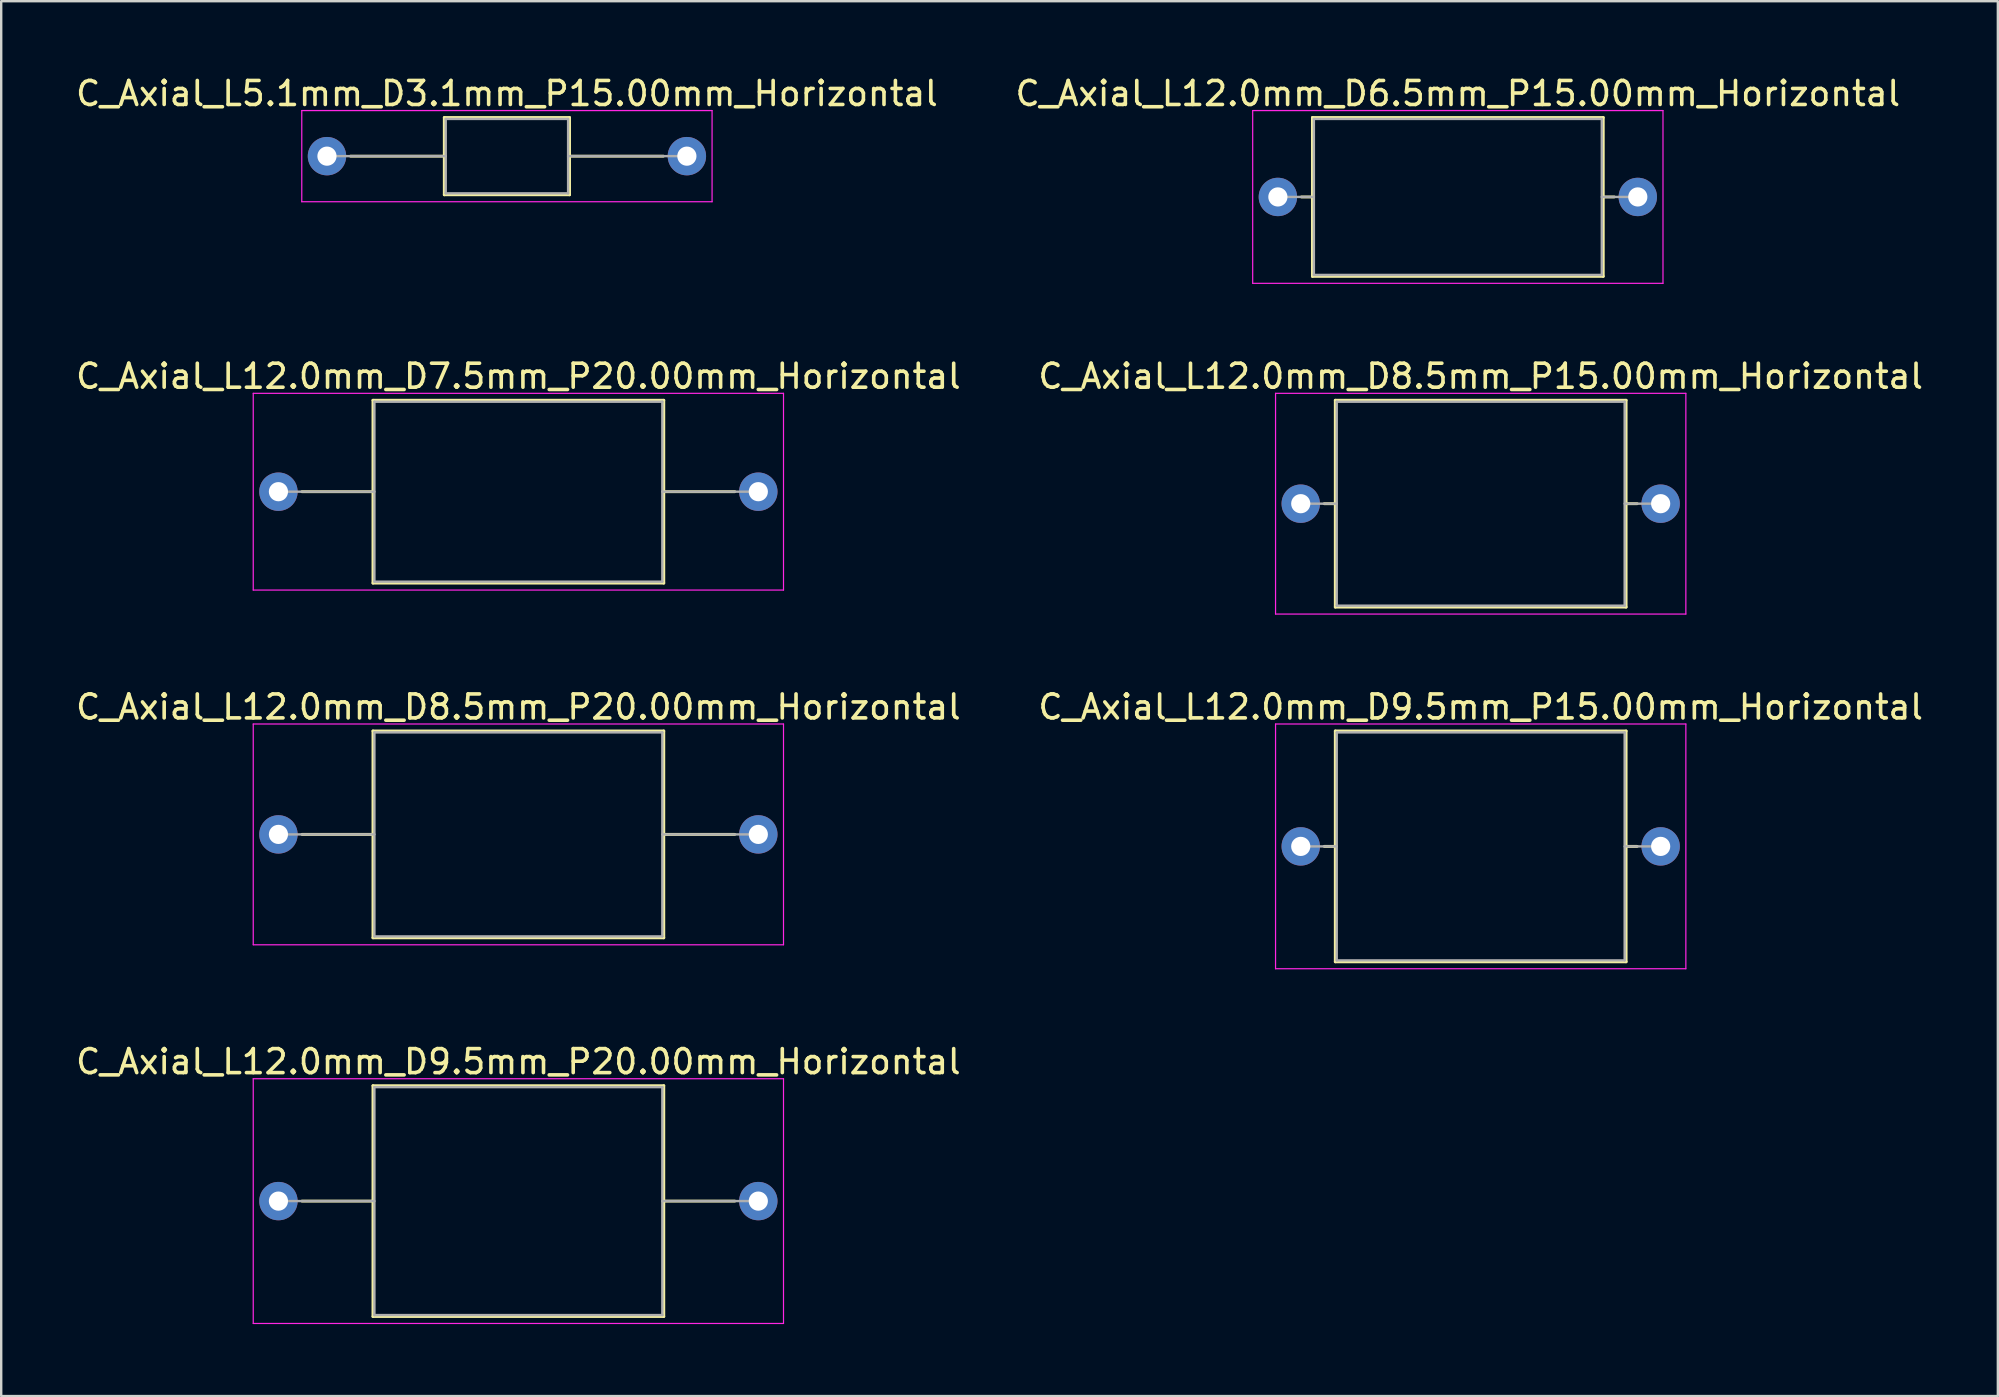
<source format=kicad_pcb>
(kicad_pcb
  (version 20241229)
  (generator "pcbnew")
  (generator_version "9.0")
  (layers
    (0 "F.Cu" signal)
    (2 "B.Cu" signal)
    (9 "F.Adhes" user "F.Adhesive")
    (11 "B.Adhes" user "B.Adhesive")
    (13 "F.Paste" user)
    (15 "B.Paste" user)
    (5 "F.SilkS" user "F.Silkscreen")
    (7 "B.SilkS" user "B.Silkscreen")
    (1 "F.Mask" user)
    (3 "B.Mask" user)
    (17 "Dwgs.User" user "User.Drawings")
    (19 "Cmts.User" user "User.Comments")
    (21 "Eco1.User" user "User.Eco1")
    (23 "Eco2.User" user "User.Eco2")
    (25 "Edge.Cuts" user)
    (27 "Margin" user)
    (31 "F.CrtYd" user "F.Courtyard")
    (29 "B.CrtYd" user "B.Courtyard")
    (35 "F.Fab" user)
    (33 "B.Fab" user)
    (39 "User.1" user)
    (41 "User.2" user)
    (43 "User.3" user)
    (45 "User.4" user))
  (footprint "C_Axial_L5.1mm_D3.1mm_P15.00mm_Horizontal"
    (layer "F.Cu")
    (at 10.577 3.458)
    (property "Reference" "C_Axial_L5.1mm_D3.1mm_P15.00mm_Horizontal" (at 7.5 -2.61 0) (layer "F.SilkS") (effects (font (size 1 1) (thickness 0.15))))
    (attr through_hole)
    (fp_line (start 0.98 0) (end 4.89 0) (stroke (width 0.12) (type solid)) (layer "F.SilkS"))
    (fp_line (start 4.89 -1.61) (end 4.89 1.61) (stroke (width 0.12) (type solid)) (layer "F.SilkS"))
    (fp_line (start 4.89 1.61) (end 10.11 1.61) (stroke (width 0.12) (type solid)) (layer "F.SilkS"))
    (fp_line (start 10.11 -1.61) (end 4.89 -1.61) (stroke (width 0.12) (type solid)) (layer "F.SilkS"))
    (fp_line (start 10.11 1.61) (end 10.11 -1.61) (stroke (width 0.12) (type solid)) (layer "F.SilkS"))
    (fp_line (start 14.02 0) (end 10.11 0) (stroke (width 0.12) (type solid)) (layer "F.SilkS"))
    (fp_line (start -1.05 -1.9) (end -1.05 1.9) (stroke (width 0.05) (type solid)) (layer "F.CrtYd"))
    (fp_line (start -1.05 1.9) (end 16.05 1.9) (stroke (width 0.05) (type solid)) (layer "F.CrtYd"))
    (fp_line (start 16.05 -1.9) (end -1.05 -1.9) (stroke (width 0.05) (type solid)) (layer "F.CrtYd"))
    (fp_line (start 16.05 1.9) (end 16.05 -1.9) (stroke (width 0.05) (type solid)) (layer "F.CrtYd"))
    (fp_line (start 0 0) (end 4.95 0) (stroke (width 0.1) (type solid)) (layer "F.Fab"))
    (fp_line (start 4.95 -1.55) (end 4.95 1.55) (stroke (width 0.1) (type solid)) (layer "F.Fab"))
    (fp_line (start 4.95 1.55) (end 10.05 1.55) (stroke (width 0.1) (type solid)) (layer "F.Fab"))
    (fp_line (start 10.05 -1.55) (end 4.95 -1.55) (stroke (width 0.1) (type solid)) (layer "F.Fab"))
    (fp_line (start 10.05 1.55) (end 10.05 -1.55) (stroke (width 0.1) (type solid)) (layer "F.Fab"))
    (fp_line (start 15 0) (end 10.05 0) (stroke (width 0.1) (type solid)) (layer "F.Fab"))
    (pad "1" thru_hole circle (at 0 0) (size 1.6 1.6) (drill 0.8) (layers "*.Cu" "*.Mask"))
    (pad "2" thru_hole oval (at 15 0) (size 1.6 1.6) (drill 0.8) (layers "*.Cu" "*.Mask")))
  (footprint "C_Axial_L12.0mm_D8.5mm_P20.00mm_Horizontal"
    (layer "F.Cu")
    (at 8.554 31.725)
    (property "Reference" "C_Axial_L12.0mm_D8.5mm_P20.00mm_Horizontal" (at 10 -5.31 0) (layer "F.SilkS") (effects (font (size 1 1) (thickness 0.15))))
    (attr through_hole)
    (fp_line (start 0.98 0) (end 3.94 0) (stroke (width 0.12) (type solid)) (layer "F.SilkS"))
    (fp_line (start 3.94 -4.31) (end 3.94 4.31) (stroke (width 0.12) (type solid)) (layer "F.SilkS"))
    (fp_line (start 3.94 4.31) (end 16.06 4.31) (stroke (width 0.12) (type solid)) (layer "F.SilkS"))
    (fp_line (start 16.06 -4.31) (end 3.94 -4.31) (stroke (width 0.12) (type solid)) (layer "F.SilkS"))
    (fp_line (start 16.06 4.31) (end 16.06 -4.31) (stroke (width 0.12) (type solid)) (layer "F.SilkS"))
    (fp_line (start 19.02 0) (end 16.06 0) (stroke (width 0.12) (type solid)) (layer "F.SilkS"))
    (fp_line (start -1.05 -4.6) (end -1.05 4.6) (stroke (width 0.05) (type solid)) (layer "F.CrtYd"))
    (fp_line (start -1.05 4.6) (end 21.05 4.6) (stroke (width 0.05) (type solid)) (layer "F.CrtYd"))
    (fp_line (start 21.05 -4.6) (end -1.05 -4.6) (stroke (width 0.05) (type solid)) (layer "F.CrtYd"))
    (fp_line (start 21.05 4.6) (end 21.05 -4.6) (stroke (width 0.05) (type solid)) (layer "F.CrtYd"))
    (fp_line (start 0 0) (end 4 0) (stroke (width 0.1) (type solid)) (layer "F.Fab"))
    (fp_line (start 4 -4.25) (end 4 4.25) (stroke (width 0.1) (type solid)) (layer "F.Fab"))
    (fp_line (start 4 4.25) (end 16 4.25) (stroke (width 0.1) (type solid)) (layer "F.Fab"))
    (fp_line (start 16 -4.25) (end 4 -4.25) (stroke (width 0.1) (type solid)) (layer "F.Fab"))
    (fp_line (start 16 4.25) (end 16 -4.25) (stroke (width 0.1) (type solid)) (layer "F.Fab"))
    (fp_line (start 20 0) (end 16 0) (stroke (width 0.1) (type solid)) (layer "F.Fab"))
    (pad "1" thru_hole circle (at 0 0) (size 1.6 1.6) (drill 0.8) (layers "*.Cu" "*.Mask"))
    (pad "2" thru_hole oval (at 20 0) (size 1.6 1.6) (drill 0.8) (layers "*.Cu" "*.Mask")))
  (footprint "C_Axial_L12.0mm_D6.5mm_P15.00mm_Horizontal"
    (layer "F.Cu")
    (at 50.208 5.158)
    (property "Reference" "C_Axial_L12.0mm_D6.5mm_P15.00mm_Horizontal" (at 7.5 -4.31 0) (layer "F.SilkS") (effects (font (size 1 1) (thickness 0.15))))
    (attr through_hole)
    (fp_line (start 0.98 0) (end 1.44 0) (stroke (width 0.12) (type solid)) (layer "F.SilkS"))
    (fp_line (start 1.44 -3.31) (end 1.44 3.31) (stroke (width 0.12) (type solid)) (layer "F.SilkS"))
    (fp_line (start 1.44 3.31) (end 13.56 3.31) (stroke (width 0.12) (type solid)) (layer "F.SilkS"))
    (fp_line (start 13.56 -3.31) (end 1.44 -3.31) (stroke (width 0.12) (type solid)) (layer "F.SilkS"))
    (fp_line (start 13.56 3.31) (end 13.56 -3.31) (stroke (width 0.12) (type solid)) (layer "F.SilkS"))
    (fp_line (start 14.02 0) (end 13.56 0) (stroke (width 0.12) (type solid)) (layer "F.SilkS"))
    (fp_line (start -1.05 -3.6) (end -1.05 3.6) (stroke (width 0.05) (type solid)) (layer "F.CrtYd"))
    (fp_line (start -1.05 3.6) (end 16.05 3.6) (stroke (width 0.05) (type solid)) (layer "F.CrtYd"))
    (fp_line (start 16.05 -3.6) (end -1.05 -3.6) (stroke (width 0.05) (type solid)) (layer "F.CrtYd"))
    (fp_line (start 16.05 3.6) (end 16.05 -3.6) (stroke (width 0.05) (type solid)) (layer "F.CrtYd"))
    (fp_line (start 0 0) (end 1.5 0) (stroke (width 0.1) (type solid)) (layer "F.Fab"))
    (fp_line (start 1.5 -3.25) (end 1.5 3.25) (stroke (width 0.1) (type solid)) (layer "F.Fab"))
    (fp_line (start 1.5 3.25) (end 13.5 3.25) (stroke (width 0.1) (type solid)) (layer "F.Fab"))
    (fp_line (start 13.5 -3.25) (end 1.5 -3.25) (stroke (width 0.1) (type solid)) (layer "F.Fab"))
    (fp_line (start 13.5 3.25) (end 13.5 -3.25) (stroke (width 0.1) (type solid)) (layer "F.Fab"))
    (fp_line (start 15 0) (end 13.5 0) (stroke (width 0.1) (type solid)) (layer "F.Fab"))
    (pad "1" thru_hole circle (at 0 0) (size 1.6 1.6) (drill 0.8) (layers "*.Cu" "*.Mask"))
    (pad "2" thru_hole oval (at 15 0) (size 1.6 1.6) (drill 0.8) (layers "*.Cu" "*.Mask")))
  (footprint "C_Axial_L12.0mm_D9.5mm_P20.00mm_Horizontal"
    (layer "F.Cu")
    (at 8.554 47.008)
    (property "Reference" "C_Axial_L12.0mm_D9.5mm_P20.00mm_Horizontal" (at 10 -5.81 0) (layer "F.SilkS") (effects (font (size 1 1) (thickness 0.15))))
    (attr through_hole)
    (fp_line (start 0.98 0) (end 3.94 0) (stroke (width 0.12) (type solid)) (layer "F.SilkS"))
    (fp_line (start 3.94 -4.81) (end 3.94 4.81) (stroke (width 0.12) (type solid)) (layer "F.SilkS"))
    (fp_line (start 3.94 4.81) (end 16.06 4.81) (stroke (width 0.12) (type solid)) (layer "F.SilkS"))
    (fp_line (start 16.06 -4.81) (end 3.94 -4.81) (stroke (width 0.12) (type solid)) (layer "F.SilkS"))
    (fp_line (start 16.06 4.81) (end 16.06 -4.81) (stroke (width 0.12) (type solid)) (layer "F.SilkS"))
    (fp_line (start 19.02 0) (end 16.06 0) (stroke (width 0.12) (type solid)) (layer "F.SilkS"))
    (fp_line (start -1.05 -5.1) (end -1.05 5.1) (stroke (width 0.05) (type solid)) (layer "F.CrtYd"))
    (fp_line (start -1.05 5.1) (end 21.05 5.1) (stroke (width 0.05) (type solid)) (layer "F.CrtYd"))
    (fp_line (start 21.05 -5.1) (end -1.05 -5.1) (stroke (width 0.05) (type solid)) (layer "F.CrtYd"))
    (fp_line (start 21.05 5.1) (end 21.05 -5.1) (stroke (width 0.05) (type solid)) (layer "F.CrtYd"))
    (fp_line (start 0 0) (end 4 0) (stroke (width 0.1) (type solid)) (layer "F.Fab"))
    (fp_line (start 4 -4.75) (end 4 4.75) (stroke (width 0.1) (type solid)) (layer "F.Fab"))
    (fp_line (start 4 4.75) (end 16 4.75) (stroke (width 0.1) (type solid)) (layer "F.Fab"))
    (fp_line (start 16 -4.75) (end 4 -4.75) (stroke (width 0.1) (type solid)) (layer "F.Fab"))
    (fp_line (start 16 4.75) (end 16 -4.75) (stroke (width 0.1) (type solid)) (layer "F.Fab"))
    (fp_line (start 20 0) (end 16 0) (stroke (width 0.1) (type solid)) (layer "F.Fab"))
    (pad "1" thru_hole circle (at 0 0) (size 1.6 1.6) (drill 0.8) (layers "*.Cu" "*.Mask"))
    (pad "2" thru_hole oval (at 20 0) (size 1.6 1.6) (drill 0.8) (layers "*.Cu" "*.Mask")))
  (footprint "C_Axial_L12.0mm_D8.5mm_P15.00mm_Horizontal"
    (layer "F.Cu")
    (at 51.161 17.942)
    (property "Reference" "C_Axial_L12.0mm_D8.5mm_P15.00mm_Horizontal" (at 7.5 -5.31 0) (layer "F.SilkS") (effects (font (size 1 1) (thickness 0.15))))
    (attr through_hole)
    (fp_line (start 0.98 0) (end 1.44 0) (stroke (width 0.12) (type solid)) (layer "F.SilkS"))
    (fp_line (start 1.44 -4.31) (end 1.44 4.31) (stroke (width 0.12) (type solid)) (layer "F.SilkS"))
    (fp_line (start 1.44 4.31) (end 13.56 4.31) (stroke (width 0.12) (type solid)) (layer "F.SilkS"))
    (fp_line (start 13.56 -4.31) (end 1.44 -4.31) (stroke (width 0.12) (type solid)) (layer "F.SilkS"))
    (fp_line (start 13.56 4.31) (end 13.56 -4.31) (stroke (width 0.12) (type solid)) (layer "F.SilkS"))
    (fp_line (start 14.02 0) (end 13.56 0) (stroke (width 0.12) (type solid)) (layer "F.SilkS"))
    (fp_line (start -1.05 -4.6) (end -1.05 4.6) (stroke (width 0.05) (type solid)) (layer "F.CrtYd"))
    (fp_line (start -1.05 4.6) (end 16.05 4.6) (stroke (width 0.05) (type solid)) (layer "F.CrtYd"))
    (fp_line (start 16.05 -4.6) (end -1.05 -4.6) (stroke (width 0.05) (type solid)) (layer "F.CrtYd"))
    (fp_line (start 16.05 4.6) (end 16.05 -4.6) (stroke (width 0.05) (type solid)) (layer "F.CrtYd"))
    (fp_line (start 0 0) (end 1.5 0) (stroke (width 0.1) (type solid)) (layer "F.Fab"))
    (fp_line (start 1.5 -4.25) (end 1.5 4.25) (stroke (width 0.1) (type solid)) (layer "F.Fab"))
    (fp_line (start 1.5 4.25) (end 13.5 4.25) (stroke (width 0.1) (type solid)) (layer "F.Fab"))
    (fp_line (start 13.5 -4.25) (end 1.5 -4.25) (stroke (width 0.1) (type solid)) (layer "F.Fab"))
    (fp_line (start 13.5 4.25) (end 13.5 -4.25) (stroke (width 0.1) (type solid)) (layer "F.Fab"))
    (fp_line (start 15 0) (end 13.5 0) (stroke (width 0.1) (type solid)) (layer "F.Fab"))
    (pad "1" thru_hole circle (at 0 0) (size 1.6 1.6) (drill 0.8) (layers "*.Cu" "*.Mask"))
    (pad "2" thru_hole oval (at 15 0) (size 1.6 1.6) (drill 0.8) (layers "*.Cu" "*.Mask")))
  (footprint "C_Axial_L12.0mm_D9.5mm_P15.00mm_Horizontal"
    (layer "F.Cu")
    (at 51.161 32.225)
    (property "Reference" "C_Axial_L12.0mm_D9.5mm_P15.00mm_Horizontal" (at 7.5 -5.81 0) (layer "F.SilkS") (effects (font (size 1 1) (thickness 0.15))))
    (attr through_hole)
    (fp_line (start 0.98 0) (end 1.44 0) (stroke (width 0.12) (type solid)) (layer "F.SilkS"))
    (fp_line (start 1.44 -4.81) (end 1.44 4.81) (stroke (width 0.12) (type solid)) (layer "F.SilkS"))
    (fp_line (start 1.44 4.81) (end 13.56 4.81) (stroke (width 0.12) (type solid)) (layer "F.SilkS"))
    (fp_line (start 13.56 -4.81) (end 1.44 -4.81) (stroke (width 0.12) (type solid)) (layer "F.SilkS"))
    (fp_line (start 13.56 4.81) (end 13.56 -4.81) (stroke (width 0.12) (type solid)) (layer "F.SilkS"))
    (fp_line (start 14.02 0) (end 13.56 0) (stroke (width 0.12) (type solid)) (layer "F.SilkS"))
    (fp_line (start -1.05 -5.1) (end -1.05 5.1) (stroke (width 0.05) (type solid)) (layer "F.CrtYd"))
    (fp_line (start -1.05 5.1) (end 16.05 5.1) (stroke (width 0.05) (type solid)) (layer "F.CrtYd"))
    (fp_line (start 16.05 -5.1) (end -1.05 -5.1) (stroke (width 0.05) (type solid)) (layer "F.CrtYd"))
    (fp_line (start 16.05 5.1) (end 16.05 -5.1) (stroke (width 0.05) (type solid)) (layer "F.CrtYd"))
    (fp_line (start 0 0) (end 1.5 0) (stroke (width 0.1) (type solid)) (layer "F.Fab"))
    (fp_line (start 1.5 -4.75) (end 1.5 4.75) (stroke (width 0.1) (type solid)) (layer "F.Fab"))
    (fp_line (start 1.5 4.75) (end 13.5 4.75) (stroke (width 0.1) (type solid)) (layer "F.Fab"))
    (fp_line (start 13.5 -4.75) (end 1.5 -4.75) (stroke (width 0.1) (type solid)) (layer "F.Fab"))
    (fp_line (start 13.5 4.75) (end 13.5 -4.75) (stroke (width 0.1) (type solid)) (layer "F.Fab"))
    (fp_line (start 15 0) (end 13.5 0) (stroke (width 0.1) (type solid)) (layer "F.Fab"))
    (pad "1" thru_hole circle (at 0 0) (size 1.6 1.6) (drill 0.8) (layers "*.Cu" "*.Mask"))
    (pad "2" thru_hole oval (at 15 0) (size 1.6 1.6) (drill 0.8) (layers "*.Cu" "*.Mask")))
  (footprint "C_Axial_L12.0mm_D7.5mm_P20.00mm_Horizontal"
    (layer "F.Cu")
    (at 8.554 17.442)
    (property "Reference" "C_Axial_L12.0mm_D7.5mm_P20.00mm_Horizontal" (at 10 -4.81 0) (layer "F.SilkS") (effects (font (size 1 1) (thickness 0.15))))
    (attr through_hole)
    (fp_line (start 0.98 0) (end 3.94 0) (stroke (width 0.12) (type solid)) (layer "F.SilkS"))
    (fp_line (start 3.94 -3.81) (end 3.94 3.81) (stroke (width 0.12) (type solid)) (layer "F.SilkS"))
    (fp_line (start 3.94 3.81) (end 16.06 3.81) (stroke (width 0.12) (type solid)) (layer "F.SilkS"))
    (fp_line (start 16.06 -3.81) (end 3.94 -3.81) (stroke (width 0.12) (type solid)) (layer "F.SilkS"))
    (fp_line (start 16.06 3.81) (end 16.06 -3.81) (stroke (width 0.12) (type solid)) (layer "F.SilkS"))
    (fp_line (start 19.02 0) (end 16.06 0) (stroke (width 0.12) (type solid)) (layer "F.SilkS"))
    (fp_line (start -1.05 -4.1) (end -1.05 4.1) (stroke (width 0.05) (type solid)) (layer "F.CrtYd"))
    (fp_line (start -1.05 4.1) (end 21.05 4.1) (stroke (width 0.05) (type solid)) (layer "F.CrtYd"))
    (fp_line (start 21.05 -4.1) (end -1.05 -4.1) (stroke (width 0.05) (type solid)) (layer "F.CrtYd"))
    (fp_line (start 21.05 4.1) (end 21.05 -4.1) (stroke (width 0.05) (type solid)) (layer "F.CrtYd"))
    (fp_line (start 0 0) (end 4 0) (stroke (width 0.1) (type solid)) (layer "F.Fab"))
    (fp_line (start 4 -3.75) (end 4 3.75) (stroke (width 0.1) (type solid)) (layer "F.Fab"))
    (fp_line (start 4 3.75) (end 16 3.75) (stroke (width 0.1) (type solid)) (layer "F.Fab"))
    (fp_line (start 16 -3.75) (end 4 -3.75) (stroke (width 0.1) (type solid)) (layer "F.Fab"))
    (fp_line (start 16 3.75) (end 16 -3.75) (stroke (width 0.1) (type solid)) (layer "F.Fab"))
    (fp_line (start 20 0) (end 16 0) (stroke (width 0.1) (type solid)) (layer "F.Fab"))
    (pad "1" thru_hole circle (at 0 0) (size 1.6 1.6) (drill 0.8) (layers "*.Cu" "*.Mask"))
    (pad "2" thru_hole oval (at 20 0) (size 1.6 1.6) (drill 0.8) (layers "*.Cu" "*.Mask")))
  (gr_rect
    (start -3 -3)
    (end 80.214 55.133)
    (stroke (width 0.1) (type default))
    (fill no)
    (layer "Edge.Cuts")))
</source>
